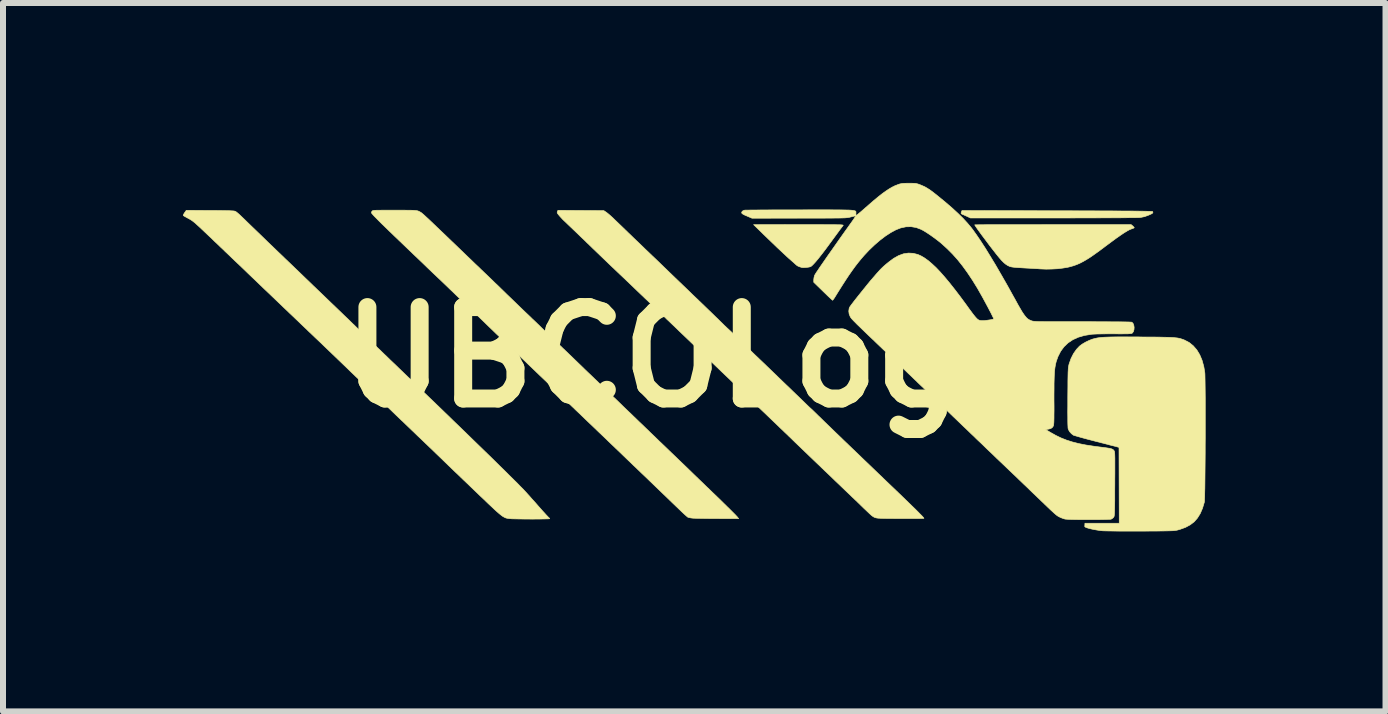
<source format=kicad_pcb>
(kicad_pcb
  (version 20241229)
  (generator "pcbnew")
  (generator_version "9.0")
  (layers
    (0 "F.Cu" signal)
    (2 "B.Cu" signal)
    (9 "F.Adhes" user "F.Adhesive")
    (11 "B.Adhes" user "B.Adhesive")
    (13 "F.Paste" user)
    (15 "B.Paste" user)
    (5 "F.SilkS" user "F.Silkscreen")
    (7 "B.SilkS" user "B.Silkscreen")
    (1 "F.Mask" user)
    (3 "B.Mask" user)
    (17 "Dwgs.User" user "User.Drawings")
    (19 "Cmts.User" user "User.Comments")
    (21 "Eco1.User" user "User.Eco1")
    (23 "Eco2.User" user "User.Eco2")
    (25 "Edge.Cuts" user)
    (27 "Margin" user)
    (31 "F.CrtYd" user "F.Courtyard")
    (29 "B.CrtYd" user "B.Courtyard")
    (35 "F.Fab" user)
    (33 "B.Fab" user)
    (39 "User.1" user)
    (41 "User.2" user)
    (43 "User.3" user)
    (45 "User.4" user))
  (footprint "UBCOLogo"
    (layer "F.Cu")
    (at 8.518 2.904)
    (property "Reference" "UBCOLogo" (at 0 0 0) (layer "F.SilkS") (effects (font (size 1.524 1.524) (thickness 0.3))))
    (attr through_hole)
    (fp_poly (pts (xy 6.055 -2.44) (xy 6.26 -2.44) (xy 6.449 -2.439) (xy 6.622 -2.439) (xy 6.78 -2.438) (xy 6.923 -2.438) (xy 7.051 -2.437) (xy 7.165 -2.436) (xy 7.266 -2.436) (xy 7.354 -2.435) (xy 7.429 -2.434) (xy 7.492 -2.433) (xy 7.544 -2.432) (xy 7.584 -2.431) (xy 7.615 -2.43) (xy 7.635 -2.429) (xy 7.645 -2.428) (xy 7.647 -2.427) (xy 7.652 -2.415) (xy 7.649 -2.404) (xy 7.636 -2.393) (xy 7.61 -2.38) (xy 7.58 -2.367) (xy 7.515 -2.343) (xy 7.452 -2.33) (xy 7.434 -2.328) (xy 7.417 -2.327) (xy 7.385 -2.326) (xy 7.337 -2.325) (xy 7.275 -2.325) (xy 7.2 -2.324) (xy 7.113 -2.323) (xy 7.014 -2.323) (xy 6.905 -2.322) (xy 6.787 -2.322) (xy 6.659 -2.321) (xy 6.524 -2.321) (xy 6.383 -2.321) (xy 6.235 -2.32) (xy 6.083 -2.32) (xy 5.986 -2.32) (xy 4.61 -2.32) (xy 4.555 -2.346) (xy 4.524 -2.36) (xy 4.495 -2.373) (xy 4.477 -2.38) (xy 4.46 -2.389) (xy 4.454 -2.399) (xy 4.459 -2.418) (xy 4.461 -2.424) (xy 4.469 -2.444) (xy 6.055 -2.44)) (stroke (width 0.01) (type solid)) (fill yes) (layer "F.SilkS"))
    (fp_poly (pts (xy 1.992 -2.21) (xy 2.091 -2.21) (xy 2.176 -2.209) (xy 2.249 -2.209) (xy 2.31 -2.209) (xy 2.359 -2.208) (xy 2.399 -2.207) (xy 2.43 -2.207) (xy 2.454 -2.206) (xy 2.47 -2.204) (xy 2.481 -2.203) (xy 2.487 -2.201) (xy 2.489 -2.199) (xy 2.489 -2.196) (xy 2.488 -2.195) (xy 2.478 -2.182) (xy 2.461 -2.16) (xy 2.438 -2.13) (xy 2.416 -2.1) (xy 2.389 -2.063) (xy 2.356 -2.018) (xy 2.32 -1.969) (xy 2.285 -1.921) (xy 2.273 -1.905) (xy 2.201 -1.807) (xy 2.137 -1.723) (xy 2.081 -1.652) (xy 2.034 -1.595) (xy 1.996 -1.553) (xy 1.967 -1.524) (xy 1.947 -1.509) (xy 1.944 -1.508) (xy 1.92 -1.502) (xy 1.888 -1.497) (xy 1.852 -1.494) (xy 1.82 -1.493) (xy 1.799 -1.495) (xy 1.757 -1.508) (xy 1.728 -1.521) (xy 1.714 -1.531) (xy 1.701 -1.542) (xy 1.679 -1.562) (xy 1.651 -1.587) (xy 1.626 -1.609) (xy 1.586 -1.644) (xy 1.544 -1.682) (xy 1.498 -1.725) (xy 1.447 -1.773) (xy 1.389 -1.827) (xy 1.324 -1.89) (xy 1.25 -1.961) (xy 1.166 -2.042) (xy 1.105 -2.102) (xy 0.995 -2.209) (xy 1.748 -2.21) (xy 1.878 -2.21) (xy 1.992 -2.21)) (stroke (width 0.01) (type solid)) (fill yes) (layer "F.SilkS"))
    (fp_poly (pts (xy 7.315 -2.188) (xy 7.331 -2.172) (xy 7.34 -2.161) (xy 7.341 -2.158) (xy 7.333 -2.152) (xy 7.314 -2.144) (xy 7.293 -2.137) (xy 7.263 -2.125) (xy 7.224 -2.104) (xy 7.173 -2.073) (xy 7.112 -2.032) (xy 7.039 -1.981) (xy 6.955 -1.919) (xy 6.862 -1.85) (xy 6.769 -1.78) (xy 6.687 -1.721) (xy 6.614 -1.67) (xy 6.548 -1.628) (xy 6.489 -1.594) (xy 6.433 -1.565) (xy 6.379 -1.542) (xy 6.326 -1.523) (xy 6.272 -1.508) (xy 6.232 -1.498) (xy 6.153 -1.485) (xy 6.064 -1.474) (xy 5.969 -1.469) (xy 5.874 -1.467) (xy 5.791 -1.47) (xy 5.77 -1.471) (xy 5.736 -1.474) (xy 5.692 -1.476) (xy 5.642 -1.479) (xy 5.596 -1.482) (xy 5.517 -1.486) (xy 5.453 -1.49) (xy 5.402 -1.493) (xy 5.362 -1.496) (xy 5.332 -1.499) (xy 5.309 -1.502) (xy 5.292 -1.505) (xy 5.279 -1.508) (xy 5.267 -1.512) (xy 5.263 -1.513) (xy 5.231 -1.528) (xy 5.2 -1.548) (xy 5.167 -1.575) (xy 5.131 -1.611) (xy 5.09 -1.658) (xy 5.043 -1.716) (xy 5.032 -1.73) (xy 4.983 -1.793) (xy 4.934 -1.856) (xy 4.887 -1.919) (xy 4.842 -1.979) (xy 4.8 -2.035) (xy 4.763 -2.086) (xy 4.731 -2.13) (xy 4.707 -2.165) (xy 4.69 -2.19) (xy 4.682 -2.204) (xy 4.682 -2.206) (xy 4.69 -2.206) (xy 4.715 -2.206) (xy 4.754 -2.207) (xy 4.808 -2.207) (xy 4.875 -2.208) (xy 4.954 -2.208) (xy 5.045 -2.208) (xy 5.146 -2.209) (xy 5.257 -2.209) (xy 5.376 -2.209) (xy 5.504 -2.209) (xy 5.638 -2.209) (xy 5.778 -2.209) (xy 5.924 -2.21) (xy 5.985 -2.21) (xy 7.288 -2.21) (xy 7.315 -2.188)) (stroke (width 0.01) (type solid)) (fill yes) (layer "F.SilkS"))
    (fp_poly (pts (xy 7.293 -0.337) (xy 7.414 -0.337) (xy 7.456 -0.336) (xy 7.573 -0.335) (xy 7.673 -0.335) (xy 7.759 -0.334) (xy 7.833 -0.332) (xy 7.895 -0.331) (xy 7.947 -0.329) (xy 7.991 -0.327) (xy 8.027 -0.323) (xy 8.058 -0.32) (xy 8.084 -0.315) (xy 8.107 -0.31) (xy 8.129 -0.303) (xy 8.15 -0.296) (xy 8.173 -0.287) (xy 8.18 -0.284) (xy 8.257 -0.244) (xy 8.325 -0.189) (xy 8.384 -0.121) (xy 8.433 -0.04) (xy 8.472 0.053) (xy 8.501 0.159) (xy 8.517 0.256) (xy 8.519 0.277) (xy 8.52 0.314) (xy 8.521 0.364) (xy 8.522 0.427) (xy 8.523 0.501) (xy 8.524 0.586) (xy 8.525 0.679) (xy 8.525 0.779) (xy 8.525 0.886) (xy 8.525 0.998) (xy 8.525 1.113) (xy 8.525 1.231) (xy 8.525 1.35) (xy 8.524 1.469) (xy 8.524 1.586) (xy 8.523 1.7) (xy 8.522 1.811) (xy 8.521 1.916) (xy 8.52 2.015) (xy 8.519 2.106) (xy 8.518 2.188) (xy 8.516 2.259) (xy 8.515 2.319) (xy 8.513 2.366) (xy 8.512 2.399) (xy 8.51 2.416) (xy 8.51 2.417) (xy 8.479 2.52) (xy 8.441 2.608) (xy 8.395 2.682) (xy 8.34 2.745) (xy 8.273 2.796) (xy 8.195 2.838) (xy 8.104 2.871) (xy 8.053 2.885) (xy 8.039 2.887) (xy 8.023 2.89) (xy 8.003 2.892) (xy 7.977 2.894) (xy 7.944 2.895) (xy 7.903 2.896) (xy 7.853 2.897) (xy 7.792 2.898) (xy 7.719 2.899) (xy 7.632 2.899) (xy 7.531 2.9) (xy 7.451 2.9) (xy 7.353 2.9) (xy 7.258 2.9) (xy 7.168 2.9) (xy 7.084 2.9) (xy 7.008 2.899) (xy 6.942 2.898) (xy 6.887 2.897) (xy 6.845 2.896) (xy 6.818 2.895) (xy 6.816 2.895) (xy 6.767 2.89) (xy 6.716 2.882) (xy 6.665 2.873) (xy 6.618 2.863) (xy 6.576 2.852) (xy 6.544 2.842) (xy 6.523 2.832) (xy 6.516 2.825) (xy 6.517 2.805) (xy 6.518 2.79) (xy 6.519 2.769) (xy 6.805 2.769) (xy 7.091 2.769) (xy 7.089 2.136) (xy 7.087 1.504) (xy 6.72 1.409) (xy 6.643 1.389) (xy 6.57 1.37) (xy 6.503 1.352) (xy 6.445 1.336) (xy 6.396 1.322) (xy 6.359 1.311) (xy 6.335 1.304) (xy 6.327 1.301) (xy 6.295 1.277) (xy 6.265 1.244) (xy 6.244 1.208) (xy 6.24 1.196) (xy 6.237 1.182) (xy 6.236 1.156) (xy 6.234 1.116) (xy 6.233 1.064) (xy 6.233 0.997) (xy 6.232 0.915) (xy 6.233 0.818) (xy 6.233 0.705) (xy 6.233 0.673) (xy 6.234 0.569) (xy 6.235 0.481) (xy 6.235 0.407) (xy 6.236 0.345) (xy 6.237 0.294) (xy 6.238 0.253) (xy 6.24 0.22) (xy 6.241 0.194) (xy 6.243 0.173) (xy 6.246 0.155) (xy 6.249 0.14) (xy 6.252 0.126) (xy 6.255 0.114) (xy 6.287 0.023) (xy 6.329 -0.06) (xy 6.379 -0.131) (xy 6.429 -0.184) (xy 6.475 -0.218) (xy 6.531 -0.251) (xy 6.592 -0.28) (xy 6.644 -0.3) (xy 6.67 -0.307) (xy 6.697 -0.314) (xy 6.726 -0.32) (xy 6.759 -0.325) (xy 6.795 -0.329) (xy 6.838 -0.332) (xy 6.888 -0.334) (xy 6.947 -0.336) (xy 7.015 -0.337) (xy 7.095 -0.338) (xy 7.187 -0.338) (xy 7.293 -0.337)) (stroke (width 0.01) (type solid)) (fill yes) (layer "F.SilkS"))
    (fp_poly (pts (xy -4.99 -2.45) (xy -4.902 -2.45) (xy -4.829 -2.45) (xy -4.769 -2.449) (xy -4.722 -2.449) (xy -4.685 -2.448) (xy -4.656 -2.446) (xy -4.635 -2.444) (xy -4.619 -2.442) (xy -4.606 -2.439) (xy -4.596 -2.436) (xy -4.588 -2.432) (xy -4.579 -2.428) (xy -4.571 -2.424) (xy -4.562 -2.419) (xy -4.552 -2.413) (xy -4.54 -2.405) (xy -4.526 -2.393) (xy -4.508 -2.378) (xy -4.486 -2.358) (xy -4.459 -2.333) (xy -4.425 -2.302) (xy -4.385 -2.264) (xy -4.338 -2.219) (xy -4.282 -2.165) (xy -4.217 -2.103) (xy -4.141 -2.031) (xy -4.055 -1.948) (xy -3.992 -1.888) (xy -3.966 -1.863) (xy -3.93 -1.828) (xy -3.884 -1.784) (xy -3.831 -1.733) (xy -3.772 -1.676) (xy -3.709 -1.616) (xy -3.643 -1.552) (xy -3.575 -1.488) (xy -3.548 -1.461) (xy -3.484 -1.4) (xy -3.423 -1.342) (xy -3.367 -1.288) (xy -3.317 -1.239) (xy -3.273 -1.198) (xy -3.238 -1.164) (xy -3.212 -1.138) (xy -3.196 -1.123) (xy -3.192 -1.119) (xy -3.18 -1.107) (xy -3.157 -1.085) (xy -3.124 -1.052) (xy -3.08 -1.01) (xy -3.027 -0.959) (xy -2.966 -0.9) (xy -2.898 -0.834) (xy -2.822 -0.761) (xy -2.747 -0.69) (xy -2.699 -0.643) (xy -2.653 -0.6) (xy -2.613 -0.561) (xy -2.578 -0.528) (xy -2.552 -0.502) (xy -2.536 -0.486) (xy -2.532 -0.482) (xy -2.521 -0.472) (xy -2.499 -0.451) (xy -2.468 -0.421) (xy -2.43 -0.384) (xy -2.386 -0.342) (xy -2.337 -0.296) (xy -2.299 -0.259) (xy -2.242 -0.204) (xy -2.183 -0.147) (xy -2.124 -0.091) (xy -2.068 -0.037) (xy -2.018 0.011) (xy -1.977 0.051) (xy -1.964 0.063) (xy -1.927 0.099) (xy -1.881 0.143) (xy -1.828 0.195) (xy -1.77 0.251) (xy -1.71 0.308) (xy -1.651 0.365) (xy -1.621 0.393) (xy -1.564 0.449) (xy -1.504 0.506) (xy -1.445 0.563) (xy -1.389 0.617) (xy -1.339 0.666) (xy -1.296 0.707) (xy -1.278 0.724) (xy -1.232 0.769) (xy -1.181 0.819) (xy -1.13 0.868) (xy -1.083 0.913) (xy -1.054 0.94) (xy -1.014 0.979) (xy -0.965 1.026) (xy -0.914 1.076) (xy -0.863 1.124) (xy -0.83 1.156) (xy -0.794 1.191) (xy -0.757 1.226) (xy -0.72 1.263) (xy -0.679 1.302) (xy -0.634 1.345) (xy -0.584 1.394) (xy -0.526 1.449) (xy -0.459 1.513) (xy -0.383 1.587) (xy -0.347 1.621) (xy -0.235 1.729) (xy -0.123 1.836) (xy -0.008 1.948) (xy 0.106 2.058) (xy 0.154 2.104) (xy 0.205 2.154) (xy 0.257 2.203) (xy 0.304 2.249) (xy 0.343 2.286) (xy 0.343 2.286) (xy 0.42 2.36) (xy 0.49 2.429) (xy 0.552 2.49) (xy 0.607 2.544) (xy 0.652 2.589) (xy 0.688 2.625) (xy 0.713 2.652) (xy 0.727 2.667) (xy 0.728 2.669) (xy 0.746 2.692) (xy 0.4 2.691) (xy 0.322 2.691) (xy 0.247 2.69) (xy 0.177 2.689) (xy 0.114 2.688) (xy 0.061 2.687) (xy 0.019 2.686) (xy -0.008 2.685) (xy -0.013 2.685) (xy -0.048 2.681) (xy -0.079 2.675) (xy -0.099 2.669) (xy -0.102 2.668) (xy -0.114 2.658) (xy -0.136 2.639) (xy -0.166 2.612) (xy -0.201 2.579) (xy -0.239 2.543) (xy -0.241 2.541) (xy -0.289 2.495) (xy -0.342 2.444) (xy -0.396 2.392) (xy -0.445 2.344) (xy -0.47 2.32) (xy -0.517 2.275) (xy -0.571 2.223) (xy -0.625 2.171) (xy -0.675 2.123) (xy -0.69 2.108) (xy -0.725 2.075) (xy -0.768 2.033) (xy -0.819 1.984) (xy -0.875 1.931) (xy -0.932 1.876) (xy -0.988 1.822) (xy -1.008 1.804) (xy -1.062 1.751) (xy -1.118 1.698) (xy -1.172 1.646) (xy -1.222 1.597) (xy -1.266 1.555) (xy -1.301 1.522) (xy -1.312 1.511) (xy -1.338 1.486) (xy -1.374 1.452) (xy -1.419 1.409) (xy -1.471 1.358) (xy -1.529 1.303) (xy -1.592 1.243) (xy -1.657 1.18) (xy -1.723 1.117) (xy -1.74 1.101) (xy -1.803 1.041) (xy -1.862 0.984) (xy -1.917 0.931) (xy -1.966 0.885) (xy -2.008 0.844) (xy -2.042 0.812) (xy -2.066 0.788) (xy -2.08 0.774) (xy -2.083 0.771) (xy -2.095 0.759) (xy -2.119 0.736) (xy -2.152 0.704) (xy -2.195 0.662) (xy -2.246 0.613) (xy -2.305 0.557) (xy -2.369 0.495) (xy -2.439 0.428) (xy -2.51 0.36) (xy -2.564 0.309) (xy -2.618 0.257) (xy -2.67 0.207) (xy -2.719 0.16) (xy -2.761 0.12) (xy -2.793 0.089) (xy -2.798 0.084) (xy -2.868 0.018) (xy -2.948 -0.059) (xy -3.041 -0.148) (xy -3.145 -0.247) (xy -3.205 -0.304) (xy -3.247 -0.345) (xy -3.297 -0.392) (xy -3.348 -0.442) (xy -3.398 -0.49) (xy -3.421 -0.512) (xy -3.456 -0.546) (xy -3.5 -0.589) (xy -3.552 -0.639) (xy -3.608 -0.693) (xy -3.667 -0.749) (xy -3.724 -0.804) (xy -3.747 -0.825) (xy -3.802 -0.879) (xy -3.859 -0.933) (xy -3.915 -0.987) (xy -3.967 -1.037) (xy -4.013 -1.082) (xy -4.051 -1.118) (xy -4.064 -1.13) (xy -4.108 -1.173) (xy -4.157 -1.22) (xy -4.206 -1.267) (xy -4.25 -1.309) (xy -4.263 -1.321) (xy -4.306 -1.362) (xy -4.356 -1.409) (xy -4.406 -1.457) (xy -4.449 -1.498) (xy -4.489 -1.537) (xy -4.521 -1.568) (xy -4.547 -1.593) (xy -4.57 -1.615) (xy -4.593 -1.637) (xy -4.62 -1.663) (xy -4.654 -1.695) (xy -4.674 -1.714) (xy -4.79 -1.825) (xy -4.894 -1.925) (xy -4.987 -2.014) (xy -5.069 -2.093) (xy -5.14 -2.162) (xy -5.201 -2.221) (xy -5.252 -2.272) (xy -5.293 -2.314) (xy -5.326 -2.347) (xy -5.35 -2.373) (xy -5.366 -2.392) (xy -5.375 -2.404) (xy -5.376 -2.408) (xy -5.372 -2.423) (xy -5.365 -2.434) (xy -5.361 -2.438) (xy -5.356 -2.441) (xy -5.347 -2.444) (xy -5.334 -2.446) (xy -5.314 -2.448) (xy -5.286 -2.449) (xy -5.248 -2.449) (xy -5.2 -2.45) (xy -5.139 -2.45) (xy -5.064 -2.45) (xy -4.99 -2.45)) (stroke (width 0.01) (type solid)) (fill yes) (layer "F.SilkS"))
    (fp_poly (pts (xy -1.884 -2.445) (xy -1.502 -2.443) (xy -1.463 -2.417) (xy -1.443 -2.402) (xy -1.414 -2.378) (xy -1.38 -2.348) (xy -1.343 -2.314) (xy -1.324 -2.295) (xy -1.28 -2.253) (xy -1.23 -2.205) (xy -1.181 -2.158) (xy -1.138 -2.116) (xy -1.13 -2.109) (xy -1.102 -2.081) (xy -1.063 -2.044) (xy -1.017 -1.999) (xy -0.965 -1.949) (xy -0.909 -1.896) (xy -0.852 -1.841) (xy -0.809 -1.799) (xy -0.752 -1.745) (xy -0.696 -1.691) (xy -0.641 -1.639) (xy -0.591 -1.591) (xy -0.547 -1.548) (xy -0.512 -1.514) (xy -0.491 -1.494) (xy -0.404 -1.41) (xy -0.324 -1.333) (xy -0.249 -1.261) (xy -0.175 -1.19) (xy -0.099 -1.117) (xy -0.018 -1.038) (xy 0.073 -0.952) (xy 0.076 -0.948) (xy 0.136 -0.891) (xy 0.196 -0.833) (xy 0.256 -0.775) (xy 0.313 -0.72) (xy 0.364 -0.67) (xy 0.408 -0.628) (xy 0.438 -0.598) (xy 0.475 -0.562) (xy 0.508 -0.529) (xy 0.536 -0.503) (xy 0.556 -0.484) (xy 0.566 -0.475) (xy 0.567 -0.474) (xy 0.575 -0.467) (xy 0.594 -0.449) (xy 0.621 -0.424) (xy 0.655 -0.391) (xy 0.693 -0.354) (xy 0.709 -0.338) (xy 0.751 -0.297) (xy 0.802 -0.248) (xy 0.859 -0.193) (xy 0.919 -0.135) (xy 0.978 -0.077) (xy 1.035 -0.022) (xy 1.041 -0.017) (xy 1.097 0.037) (xy 1.156 0.093) (xy 1.215 0.15) (xy 1.271 0.204) (xy 1.321 0.252) (xy 1.362 0.292) (xy 1.367 0.296) (xy 1.416 0.344) (xy 1.471 0.397) (xy 1.527 0.451) (xy 1.58 0.501) (xy 1.613 0.533) (xy 1.658 0.577) (xy 1.708 0.625) (xy 1.757 0.672) (xy 1.801 0.715) (xy 1.825 0.738) (xy 1.859 0.771) (xy 1.89 0.801) (xy 1.916 0.826) (xy 1.934 0.843) (xy 1.939 0.847) (xy 1.951 0.858) (xy 1.974 0.879) (xy 2.004 0.908) (xy 2.039 0.942) (xy 2.077 0.98) (xy 2.083 0.985) (xy 2.122 1.023) (xy 2.171 1.071) (xy 2.228 1.126) (xy 2.292 1.188) (xy 2.359 1.253) (xy 2.429 1.32) (xy 2.499 1.388) (xy 2.567 1.453) (xy 2.631 1.515) (xy 2.69 1.571) (xy 2.74 1.619) (xy 2.76 1.638) (xy 2.802 1.679) (xy 2.854 1.729) (xy 2.911 1.783) (xy 2.97 1.84) (xy 3.028 1.896) (xy 3.081 1.947) (xy 3.091 1.956) (xy 3.104 1.969) (xy 3.129 1.992) (xy 3.161 2.024) (xy 3.201 2.062) (xy 3.246 2.105) (xy 3.294 2.151) (xy 3.311 2.167) (xy 3.41 2.262) (xy 3.496 2.345) (xy 3.571 2.418) (xy 3.636 2.481) (xy 3.691 2.534) (xy 3.736 2.579) (xy 3.771 2.615) (xy 3.799 2.643) (xy 3.818 2.664) (xy 3.83 2.678) (xy 3.835 2.686) (xy 3.835 2.687) (xy 3.827 2.688) (xy 3.804 2.689) (xy 3.768 2.69) (xy 3.722 2.69) (xy 3.667 2.691) (xy 3.605 2.691) (xy 3.538 2.691) (xy 3.469 2.691) (xy 3.399 2.691) (xy 3.331 2.69) (xy 3.267 2.689) (xy 3.208 2.689) (xy 3.157 2.688) (xy 3.116 2.687) (xy 3.086 2.685) (xy 3.077 2.685) (xy 3.05 2.682) (xy 3.028 2.677) (xy 3.006 2.669) (xy 2.984 2.656) (xy 2.959 2.637) (xy 2.928 2.609) (xy 2.889 2.572) (xy 2.864 2.548) (xy 2.831 2.517) (xy 2.789 2.476) (xy 2.74 2.428) (xy 2.687 2.377) (xy 2.632 2.325) (xy 2.578 2.273) (xy 2.574 2.269) (xy 2.52 2.218) (xy 2.465 2.165) (xy 2.41 2.112) (xy 2.359 2.064) (xy 2.315 2.021) (xy 2.28 1.987) (xy 2.278 1.985) (xy 2.233 1.942) (xy 2.182 1.894) (xy 2.132 1.846) (xy 2.087 1.802) (xy 2.075 1.791) (xy 2.034 1.752) (xy 1.986 1.706) (xy 1.931 1.653) (xy 1.872 1.596) (xy 1.81 1.537) (xy 1.749 1.478) (xy 1.689 1.421) (xy 1.634 1.367) (xy 1.584 1.319) (xy 1.543 1.279) (xy 1.511 1.249) (xy 1.511 1.249) (xy 1.496 1.234) (xy 1.471 1.21) (xy 1.437 1.178) (xy 1.397 1.139) (xy 1.351 1.095) (xy 1.303 1.049) (xy 1.286 1.033) (xy 1.233 0.982) (xy 1.178 0.929) (xy 1.124 0.878) (xy 1.074 0.83) (xy 1.031 0.788) (xy 0.997 0.755) (xy 0.995 0.753) (xy 0.944 0.704) (xy 0.894 0.656) (xy 0.845 0.609) (xy 0.794 0.56) (xy 0.74 0.508) (xy 0.681 0.452) (xy 0.617 0.39) (xy 0.544 0.32) (xy 0.462 0.242) (xy 0.381 0.164) (xy 0.261 0.049) (xy 0.152 -0.055) (xy 0.054 -0.148) (xy -0.033 -0.232) (xy -0.11 -0.306) (xy -0.178 -0.371) (xy -0.238 -0.428) (xy -0.289 -0.478) (xy -0.333 -0.52) (xy -0.37 -0.555) (xy -0.401 -0.585) (xy -0.426 -0.609) (xy -0.445 -0.626) (xy -0.478 -0.659) (xy -0.52 -0.699) (xy -0.565 -0.742) (xy -0.609 -0.784) (xy -0.627 -0.801) (xy -0.672 -0.844) (xy -0.722 -0.892) (xy -0.772 -0.941) (xy -0.818 -0.984) (xy -0.83 -0.996) (xy -0.856 -1.021) (xy -0.893 -1.056) (xy -0.939 -1.1) (xy -0.991 -1.15) (xy -1.049 -1.206) (xy -1.111 -1.265) (xy -1.174 -1.325) (xy -1.228 -1.376) (xy -1.291 -1.436) (xy -1.354 -1.496) (xy -1.415 -1.554) (xy -1.471 -1.608) (xy -1.522 -1.657) (xy -1.566 -1.699) (xy -1.6 -1.732) (xy -1.621 -1.752) (xy -1.656 -1.786) (xy -1.69 -1.818) (xy -1.718 -1.846) (xy -1.739 -1.866) (xy -1.744 -1.871) (xy -1.758 -1.885) (xy -1.783 -1.908) (xy -1.815 -1.94) (xy -1.855 -1.978) (xy -1.899 -2.02) (xy -1.946 -2.066) (xy -1.958 -2.077) (xy -2.005 -2.122) (xy -2.05 -2.165) (xy -2.09 -2.203) (xy -2.123 -2.235) (xy -2.148 -2.259) (xy -2.164 -2.274) (xy -2.166 -2.276) (xy -2.184 -2.293) (xy -2.208 -2.319) (xy -2.234 -2.347) (xy -2.238 -2.352) (xy -2.261 -2.379) (xy -2.274 -2.397) (xy -2.279 -2.409) (xy -2.278 -2.42) (xy -2.276 -2.427) (xy -2.266 -2.448) (xy -1.884 -2.445)) (stroke (width 0.01) (type solid)) (fill yes) (layer "F.SilkS"))
    (fp_poly (pts (xy -8.065 -2.445) (xy -7.971 -2.445) (xy -7.893 -2.444) (xy -7.828 -2.443) (xy -7.776 -2.442) (xy -7.735 -2.441) (xy -7.704 -2.439) (xy -7.681 -2.438) (xy -7.664 -2.436) (xy -7.652 -2.433) (xy -7.643 -2.43) (xy -7.641 -2.429) (xy -7.632 -2.423) (xy -7.621 -2.415) (xy -7.607 -2.403) (xy -7.588 -2.387) (xy -7.563 -2.364) (xy -7.532 -2.334) (xy -7.492 -2.296) (xy -7.443 -2.248) (xy -7.383 -2.19) (xy -7.379 -2.186) (xy -7.276 -2.087) (xy -7.183 -1.997) (xy -7.096 -1.912) (xy -7.011 -1.831) (xy -6.927 -1.75) (xy -6.839 -1.666) (xy -6.82 -1.647) (xy -6.733 -1.564) (xy -6.654 -1.488) (xy -6.583 -1.42) (xy -6.521 -1.36) (xy -6.468 -1.309) (xy -6.426 -1.269) (xy -6.395 -1.239) (xy -6.388 -1.232) (xy -6.373 -1.218) (xy -6.348 -1.193) (xy -6.314 -1.161) (xy -6.274 -1.122) (xy -6.229 -1.079) (xy -6.18 -1.032) (xy -6.163 -1.016) (xy -6.107 -0.962) (xy -6.047 -0.904) (xy -5.986 -0.846) (xy -5.927 -0.789) (xy -5.874 -0.738) (xy -5.834 -0.699) (xy -5.793 -0.66) (xy -5.755 -0.624) (xy -5.724 -0.593) (xy -5.699 -0.569) (xy -5.684 -0.554) (xy -5.68 -0.551) (xy -5.668 -0.54) (xy -5.646 -0.518) (xy -5.615 -0.488) (xy -5.576 -0.451) (xy -5.532 -0.408) (xy -5.483 -0.36) (xy -5.432 -0.311) (xy -5.38 -0.26) (xy -5.328 -0.21) (xy -5.317 -0.199) (xy -5.279 -0.162) (xy -5.231 -0.117) (xy -5.177 -0.064) (xy -5.119 -0.009) (xy -5.061 0.048) (xy -5.004 0.102) (xy -4.991 0.114) (xy -4.917 0.186) (xy -4.847 0.253) (xy -4.78 0.318) (xy -4.712 0.383) (xy -4.642 0.451) (xy -4.566 0.524) (xy -4.482 0.605) (xy -4.42 0.665) (xy -4.354 0.728) (xy -4.295 0.785) (xy -4.242 0.836) (xy -4.193 0.883) (xy -4.147 0.928) (xy -4.102 0.971) (xy -4.057 1.015) (xy -4.01 1.061) (xy -3.959 1.11) (xy -3.904 1.163) (xy -3.842 1.223) (xy -3.772 1.291) (xy -3.693 1.368) (xy -3.624 1.435) (xy -3.52 1.536) (xy -3.42 1.633) (xy -3.325 1.726) (xy -3.235 1.815) (xy -3.151 1.897) (xy -3.074 1.974) (xy -3.004 2.043) (xy -2.943 2.103) (xy -2.892 2.156) (xy -2.85 2.198) (xy -2.82 2.23) (xy -2.807 2.244) (xy -2.768 2.287) (xy -2.737 2.321) (xy -2.712 2.35) (xy -2.689 2.376) (xy -2.665 2.402) (xy -2.639 2.431) (xy -2.608 2.467) (xy -2.568 2.512) (xy -2.561 2.52) (xy -2.525 2.561) (xy -2.491 2.598) (xy -2.462 2.63) (xy -2.439 2.654) (xy -2.426 2.668) (xy -2.424 2.67) (xy -2.41 2.683) (xy -2.405 2.693) (xy -2.413 2.695) (xy -2.435 2.696) (xy -2.471 2.697) (xy -2.517 2.698) (xy -2.571 2.699) (xy -2.631 2.699) (xy -2.694 2.7) (xy -2.76 2.699) (xy -2.824 2.699) (xy -2.886 2.698) (xy -2.944 2.697) (xy -2.994 2.696) (xy -3.034 2.695) (xy -3.061 2.693) (xy -3.084 2.691) (xy -3.104 2.688) (xy -3.124 2.684) (xy -3.143 2.678) (xy -3.163 2.668) (xy -3.186 2.655) (xy -3.212 2.636) (xy -3.242 2.612) (xy -3.278 2.581) (xy -3.321 2.542) (xy -3.371 2.495) (xy -3.431 2.439) (xy -3.5 2.372) (xy -3.568 2.308) (xy -3.647 2.232) (xy -3.717 2.165) (xy -3.778 2.106) (xy -3.834 2.053) (xy -3.886 2.003) (xy -3.935 1.955) (xy -3.985 1.908) (xy -4.036 1.859) (xy -4.091 1.806) (xy -4.151 1.748) (xy -4.219 1.682) (xy -4.296 1.608) (xy -4.335 1.57) (xy -4.374 1.532) (xy -4.41 1.498) (xy -4.439 1.47) (xy -4.461 1.449) (xy -4.474 1.437) (xy -4.476 1.435) (xy -4.485 1.426) (xy -4.504 1.408) (xy -4.53 1.383) (xy -4.561 1.353) (xy -4.573 1.342) (xy -4.604 1.313) (xy -4.644 1.274) (xy -4.691 1.229) (xy -4.741 1.181) (xy -4.793 1.131) (xy -4.833 1.092) (xy -4.881 1.047) (xy -4.926 1.004) (xy -4.967 0.965) (xy -5.002 0.931) (xy -5.029 0.905) (xy -5.045 0.889) (xy -5.045 0.889) (xy -5.062 0.873) (xy -5.089 0.847) (xy -5.124 0.814) (xy -5.165 0.775) (xy -5.21 0.732) (xy -5.257 0.687) (xy -5.258 0.686) (xy -5.31 0.636) (xy -5.365 0.584) (xy -5.418 0.533) (xy -5.468 0.485) (xy -5.511 0.444) (xy -5.537 0.419) (xy -5.582 0.375) (xy -5.634 0.326) (xy -5.686 0.276) (xy -5.733 0.231) (xy -5.744 0.22) (xy -5.785 0.18) (xy -5.834 0.133) (xy -5.886 0.083) (xy -5.936 0.035) (xy -5.969 0.003) (xy -6.015 -0.041) (xy -6.066 -0.09) (xy -6.116 -0.138) (xy -6.161 -0.181) (xy -6.189 -0.208) (xy -6.221 -0.239) (xy -6.263 -0.279) (xy -6.312 -0.325) (xy -6.365 -0.376) (xy -6.419 -0.427) (xy -6.471 -0.478) (xy -6.472 -0.478) (xy -6.519 -0.523) (xy -6.563 -0.565) (xy -6.601 -0.602) (xy -6.633 -0.632) (xy -6.656 -0.654) (xy -6.669 -0.667) (xy -6.671 -0.669) (xy -6.682 -0.679) (xy -6.705 -0.701) (xy -6.738 -0.732) (xy -6.779 -0.772) (xy -6.83 -0.82) (xy -6.887 -0.875) (xy -6.951 -0.936) (xy -7.02 -1.002) (xy -7.093 -1.072) (xy -7.17 -1.145) (xy -7.249 -1.221) (xy -7.329 -1.298) (xy -7.362 -1.329) (xy -7.43 -1.394) (xy -7.5 -1.462) (xy -7.571 -1.53) (xy -7.641 -1.596) (xy -7.707 -1.659) (xy -7.766 -1.716) (xy -7.817 -1.764) (xy -7.844 -1.791) (xy -7.89 -1.834) (xy -7.931 -1.874) (xy -7.967 -1.908) (xy -7.996 -1.935) (xy -8.016 -1.955) (xy -8.026 -1.964) (xy -8.026 -1.965) (xy -8.033 -1.972) (xy -8.051 -1.989) (xy -8.078 -2.014) (xy -8.112 -2.046) (xy -8.152 -2.084) (xy -8.192 -2.122) (xy -8.243 -2.17) (xy -8.285 -2.208) (xy -8.318 -2.238) (xy -8.347 -2.261) (xy -8.371 -2.279) (xy -8.395 -2.294) (xy -8.419 -2.308) (xy -8.431 -2.314) (xy -8.464 -2.332) (xy -8.491 -2.347) (xy -8.508 -2.358) (xy -8.513 -2.362) (xy -8.511 -2.372) (xy -8.501 -2.392) (xy -8.49 -2.409) (xy -8.462 -2.448) (xy -8.065 -2.445)) (stroke (width 0.01) (type solid)) (fill yes) (layer "F.SilkS"))
    (fp_poly (pts (xy 3.634 -2.899) (xy 3.669 -2.898) (xy 3.697 -2.896) (xy 3.72 -2.891) (xy 3.744 -2.884) (xy 3.773 -2.873) (xy 3.774 -2.873) (xy 3.816 -2.855) (xy 3.855 -2.837) (xy 3.894 -2.814) (xy 3.936 -2.787) (xy 3.984 -2.752) (xy 4.04 -2.708) (xy 4.061 -2.691) (xy 4.188 -2.587) (xy 4.301 -2.49) (xy 4.4 -2.399) (xy 4.488 -2.313) (xy 4.563 -2.231) (xy 4.629 -2.152) (xy 4.651 -2.123) (xy 4.715 -2.033) (xy 4.786 -1.928) (xy 4.863 -1.809) (xy 4.945 -1.675) (xy 5.034 -1.528) (xy 5.127 -1.367) (xy 5.226 -1.194) (xy 5.329 -1.008) (xy 5.36 -0.953) (xy 5.403 -0.874) (xy 5.44 -0.81) (xy 5.471 -0.757) (xy 5.499 -0.715) (xy 5.523 -0.683) (xy 5.545 -0.657) (xy 5.566 -0.638) (xy 5.588 -0.624) (xy 5.611 -0.613) (xy 5.621 -0.609) (xy 5.629 -0.606) (xy 5.637 -0.603) (xy 5.647 -0.601) (xy 5.658 -0.599) (xy 5.673 -0.597) (xy 5.692 -0.596) (xy 5.717 -0.594) (xy 5.748 -0.593) (xy 5.787 -0.593) (xy 5.834 -0.592) (xy 5.891 -0.591) (xy 5.959 -0.591) (xy 6.038 -0.591) (xy 6.13 -0.591) (xy 6.236 -0.591) (xy 6.358 -0.591) (xy 6.477 -0.591) (xy 6.62 -0.591) (xy 6.751 -0.59) (xy 6.87 -0.59) (xy 6.975 -0.589) (xy 7.066 -0.589) (xy 7.143 -0.588) (xy 7.206 -0.587) (xy 7.253 -0.586) (xy 7.285 -0.584) (xy 7.3 -0.583) (xy 7.301 -0.583) (xy 7.321 -0.563) (xy 7.333 -0.534) (xy 7.339 -0.498) (xy 7.337 -0.461) (xy 7.328 -0.428) (xy 7.312 -0.404) (xy 7.305 -0.399) (xy 7.297 -0.395) (xy 7.283 -0.393) (xy 7.263 -0.391) (xy 7.233 -0.389) (xy 7.193 -0.389) (xy 7.141 -0.388) (xy 7.076 -0.388) (xy 6.998 -0.389) (xy 6.921 -0.389) (xy 6.848 -0.388) (xy 6.78 -0.387) (xy 6.721 -0.386) (xy 6.673 -0.384) (xy 6.638 -0.382) (xy 6.629 -0.381) (xy 6.512 -0.362) (xy 6.408 -0.332) (xy 6.316 -0.29) (xy 6.237 -0.237) (xy 6.17 -0.173) (xy 6.114 -0.097) (xy 6.069 -0.008) (xy 6.041 0.071) (xy 6.033 0.103) (xy 6.026 0.135) (xy 6.02 0.17) (xy 6.015 0.209) (xy 6.011 0.254) (xy 6.008 0.306) (xy 6.006 0.367) (xy 6.004 0.439) (xy 6.004 0.523) (xy 6.003 0.621) (xy 6.003 0.721) (xy 6.004 0.815) (xy 6.004 0.894) (xy 6.003 0.96) (xy 6.003 1.012) (xy 6.002 1.054) (xy 6.001 1.086) (xy 5.999 1.11) (xy 5.997 1.127) (xy 5.995 1.139) (xy 5.992 1.148) (xy 5.991 1.15) (xy 5.972 1.176) (xy 5.945 1.192) (xy 5.906 1.201) (xy 5.901 1.202) (xy 5.863 1.206) (xy 5.948 1.257) (xy 6.034 1.305) (xy 6.121 1.347) (xy 6.212 1.383) (xy 6.31 1.414) (xy 6.416 1.441) (xy 6.532 1.464) (xy 6.662 1.484) (xy 6.776 1.499) (xy 6.841 1.507) (xy 6.89 1.514) (xy 6.928 1.52) (xy 6.955 1.526) (xy 6.975 1.534) (xy 6.989 1.542) (xy 7 1.553) (xy 7.002 1.555) (xy 7.005 1.56) (xy 7.008 1.566) (xy 7.011 1.573) (xy 7.013 1.584) (xy 7.015 1.599) (xy 7.016 1.62) (xy 7.017 1.649) (xy 7.018 1.685) (xy 7.018 1.732) (xy 7.018 1.789) (xy 7.018 1.859) (xy 7.018 1.942) (xy 7.017 2.04) (xy 7.017 2.112) (xy 7.016 2.22) (xy 7.016 2.313) (xy 7.016 2.391) (xy 7.015 2.456) (xy 7.014 2.51) (xy 7.013 2.553) (xy 7.012 2.587) (xy 7.011 2.612) (xy 7.009 2.631) (xy 7.007 2.645) (xy 7.005 2.655) (xy 7.002 2.662) (xy 6.999 2.667) (xy 6.998 2.669) (xy 6.978 2.688) (xy 6.956 2.701) (xy 6.942 2.703) (xy 6.913 2.704) (xy 6.872 2.706) (xy 6.82 2.707) (xy 6.76 2.708) (xy 6.694 2.708) (xy 6.625 2.708) (xy 6.553 2.708) (xy 6.482 2.708) (xy 6.414 2.708) (xy 6.351 2.707) (xy 6.295 2.706) (xy 6.248 2.704) (xy 6.213 2.702) (xy 6.191 2.7) (xy 6.189 2.7) (xy 6.161 2.692) (xy 6.126 2.679) (xy 6.097 2.666) (xy 6.085 2.66) (xy 6.072 2.653) (xy 6.059 2.644) (xy 6.045 2.634) (xy 6.027 2.619) (xy 6.005 2.6) (xy 5.979 2.576) (xy 5.945 2.545) (xy 5.904 2.506) (xy 5.855 2.459) (xy 5.796 2.402) (xy 5.725 2.334) (xy 5.724 2.333) (xy 5.689 2.299) (xy 5.658 2.27) (xy 5.634 2.247) (xy 5.619 2.232) (xy 5.613 2.227) (xy 5.606 2.22) (xy 5.589 2.203) (xy 5.563 2.178) (xy 5.532 2.148) (xy 5.503 2.121) (xy 5.468 2.087) (xy 5.423 2.044) (xy 5.373 1.995) (xy 5.318 1.943) (xy 5.263 1.891) (xy 5.216 1.846) (xy 5.162 1.794) (xy 5.105 1.74) (xy 5.048 1.686) (xy 4.995 1.634) (xy 4.948 1.589) (xy 4.915 1.558) (xy 4.87 1.515) (xy 4.822 1.468) (xy 4.774 1.422) (xy 4.731 1.382) (xy 4.707 1.359) (xy 4.671 1.323) (xy 4.626 1.281) (xy 4.578 1.234) (xy 4.53 1.188) (xy 4.5 1.16) (xy 4.412 1.075) (xy 4.327 0.994) (xy 4.241 0.911) (xy 4.149 0.824) (xy 4.089 0.766) (xy 4.044 0.722) (xy 3.994 0.674) (xy 3.943 0.626) (xy 3.898 0.583) (xy 3.878 0.563) (xy 3.842 0.528) (xy 3.807 0.494) (xy 3.776 0.465) (xy 3.753 0.443) (xy 3.746 0.436) (xy 3.728 0.419) (xy 3.701 0.392) (xy 3.667 0.36) (xy 3.63 0.324) (xy 3.606 0.301) (xy 3.575 0.272) (xy 3.546 0.244) (xy 3.517 0.216) (xy 3.486 0.186) (xy 3.453 0.154) (xy 3.415 0.118) (xy 3.371 0.076) (xy 3.32 0.027) (xy 3.26 -0.03) (xy 3.19 -0.097) (xy 3.162 -0.123) (xy 3.069 -0.212) (xy 2.987 -0.291) (xy 2.915 -0.359) (xy 2.854 -0.418) (xy 2.802 -0.468) (xy 2.758 -0.511) (xy 2.721 -0.546) (xy 2.692 -0.576) (xy 2.668 -0.6) (xy 2.649 -0.62) (xy 2.635 -0.635) (xy 2.624 -0.648) (xy 2.616 -0.659) (xy 2.61 -0.668) (xy 2.607 -0.673) (xy 2.588 -0.719) (xy 2.582 -0.767) (xy 2.588 -0.812) (xy 2.596 -0.832) (xy 2.605 -0.846) (xy 2.623 -0.871) (xy 2.649 -0.905) (xy 2.68 -0.946) (xy 2.716 -0.991) (xy 2.746 -1.029) (xy 2.796 -1.091) (xy 2.836 -1.141) (xy 2.87 -1.183) (xy 2.898 -1.218) (xy 2.922 -1.247) (xy 2.944 -1.274) (xy 2.966 -1.299) (xy 2.989 -1.326) (xy 3.015 -1.356) (xy 3.045 -1.391) (xy 3.083 -1.433) (xy 3.095 -1.447) (xy 3.124 -1.477) (xy 3.162 -1.513) (xy 3.207 -1.552) (xy 3.254 -1.59) (xy 3.3 -1.624) (xy 3.331 -1.647) (xy 3.413 -1.693) (xy 3.495 -1.723) (xy 3.576 -1.735) (xy 3.656 -1.731) (xy 3.735 -1.711) (xy 3.79 -1.686) (xy 3.847 -1.652) (xy 3.907 -1.609) (xy 3.969 -1.556) (xy 4.036 -1.494) (xy 4.106 -1.42) (xy 4.181 -1.335) (xy 4.262 -1.238) (xy 4.349 -1.128) (xy 4.443 -1.005) (xy 4.541 -0.872) (xy 4.589 -0.805) (xy 4.629 -0.751) (xy 4.662 -0.707) (xy 4.689 -0.674) (xy 4.711 -0.649) (xy 4.73 -0.631) (xy 4.747 -0.62) (xy 4.764 -0.613) (xy 4.781 -0.61) (xy 4.801 -0.609) (xy 4.819 -0.609) (xy 4.847 -0.61) (xy 4.881 -0.614) (xy 4.917 -0.619) (xy 4.951 -0.624) (xy 4.979 -0.63) (xy 4.997 -0.635) (xy 5 -0.637) (xy 4.997 -0.645) (xy 4.987 -0.666) (xy 4.971 -0.698) (xy 4.951 -0.739) (xy 4.926 -0.786) (xy 4.901 -0.834) (xy 4.812 -0.999) (xy 4.727 -1.149) (xy 4.643 -1.285) (xy 4.561 -1.408) (xy 4.479 -1.521) (xy 4.397 -1.624) (xy 4.312 -1.719) (xy 4.224 -1.807) (xy 4.133 -1.89) (xy 4.111 -1.909) (xy 4.058 -1.951) (xy 4 -1.994) (xy 3.94 -2.037) (xy 3.883 -2.075) (xy 3.831 -2.107) (xy 3.788 -2.13) (xy 3.706 -2.161) (xy 3.622 -2.175) (xy 3.535 -2.173) (xy 3.447 -2.154) (xy 3.37 -2.124) (xy 3.286 -2.079) (xy 3.196 -2.021) (xy 3.104 -1.951) (xy 3.011 -1.871) (xy 2.919 -1.783) (xy 2.835 -1.693) (xy 2.786 -1.636) (xy 2.737 -1.576) (xy 2.688 -1.513) (xy 2.638 -1.444) (xy 2.585 -1.368) (xy 2.528 -1.282) (xy 2.467 -1.187) (xy 2.399 -1.079) (xy 2.359 -1.014) (xy 2.341 -0.985) (xy 2.325 -0.963) (xy 2.315 -0.95) (xy 2.312 -0.948) (xy 2.305 -0.954) (xy 2.287 -0.97) (xy 2.26 -0.995) (xy 2.227 -1.026) (xy 2.188 -1.064) (xy 2.152 -1.099) (xy 1.998 -1.249) (xy 1.998 -1.291) (xy 2.002 -1.325) (xy 2.01 -1.358) (xy 2.014 -1.367) (xy 2.023 -1.382) (xy 2.04 -1.41) (xy 2.067 -1.449) (xy 2.1 -1.499) (xy 2.141 -1.558) (xy 2.188 -1.626) (xy 2.24 -1.701) (xy 2.298 -1.783) (xy 2.359 -1.87) (xy 2.423 -1.961) (xy 2.49 -2.056) (xy 2.515 -2.091) (xy 2.563 -2.158) (xy 2.602 -2.213) (xy 2.633 -2.256) (xy 2.656 -2.289) (xy 2.673 -2.314) (xy 2.684 -2.332) (xy 2.691 -2.343) (xy 2.694 -2.35) (xy 2.694 -2.353) (xy 2.692 -2.354) (xy 2.69 -2.354) (xy 2.677 -2.352) (xy 2.652 -2.346) (xy 2.62 -2.338) (xy 2.611 -2.336) (xy 2.6 -2.333) (xy 2.588 -2.33) (xy 2.575 -2.328) (xy 2.561 -2.326) (xy 2.543 -2.324) (xy 2.521 -2.322) (xy 2.493 -2.321) (xy 2.459 -2.32) (xy 2.417 -2.319) (xy 2.366 -2.319) (xy 2.306 -2.318) (xy 2.235 -2.318) (xy 2.151 -2.317) (xy 2.055 -2.317) (xy 1.944 -2.317) (xy 1.818 -2.317) (xy 1.757 -2.317) (xy 0.969 -2.316) (xy 0.883 -2.353) (xy 0.841 -2.371) (xy 0.814 -2.386) (xy 0.799 -2.399) (xy 0.796 -2.411) (xy 0.802 -2.425) (xy 0.806 -2.432) (xy 0.822 -2.442) (xy 0.844 -2.45) (xy 0.845 -2.45) (xy 0.857 -2.451) (xy 0.885 -2.451) (xy 0.928 -2.452) (xy 0.984 -2.453) (xy 1.052 -2.453) (xy 1.132 -2.454) (xy 1.221 -2.454) (xy 1.32 -2.455) (xy 1.426 -2.455) (xy 1.539 -2.455) (xy 1.657 -2.455) (xy 1.771 -2.455) (xy 1.917 -2.456) (xy 2.047 -2.456) (xy 2.161 -2.456) (xy 2.262 -2.456) (xy 2.349 -2.455) (xy 2.424 -2.455) (xy 2.488 -2.454) (xy 2.541 -2.453) (xy 2.585 -2.452) (xy 2.62 -2.45) (xy 2.647 -2.447) (xy 2.668 -2.444) (xy 2.683 -2.44) (xy 2.693 -2.436) (xy 2.699 -2.431) (xy 2.701 -2.425) (xy 2.702 -2.418) (xy 2.702 -2.41) (xy 2.701 -2.401) (xy 2.701 -2.395) (xy 2.702 -2.374) (xy 2.705 -2.363) (xy 2.706 -2.362) (xy 2.714 -2.367) (xy 2.732 -2.381) (xy 2.757 -2.402) (xy 2.786 -2.426) (xy 2.815 -2.451) (xy 2.825 -2.46) (xy 2.919 -2.542) (xy 3.002 -2.614) (xy 3.076 -2.675) (xy 3.142 -2.727) (xy 3.202 -2.77) (xy 3.255 -2.805) (xy 3.305 -2.834) (xy 3.351 -2.857) (xy 3.395 -2.874) (xy 3.399 -2.876) (xy 3.428 -2.886) (xy 3.454 -2.892) (xy 3.479 -2.896) (xy 3.51 -2.898) (xy 3.55 -2.899) (xy 3.586 -2.899) (xy 3.634 -2.899)) (stroke (width 0.01) (type solid)) (fill yes) (layer "F.SilkS")))
  (gr_rect
    (start -3 -3)
    (end 20.048 8.81)
    (stroke (width 0.1) (type default))
    (fill no)
    (layer "Edge.Cuts")))
</source>
